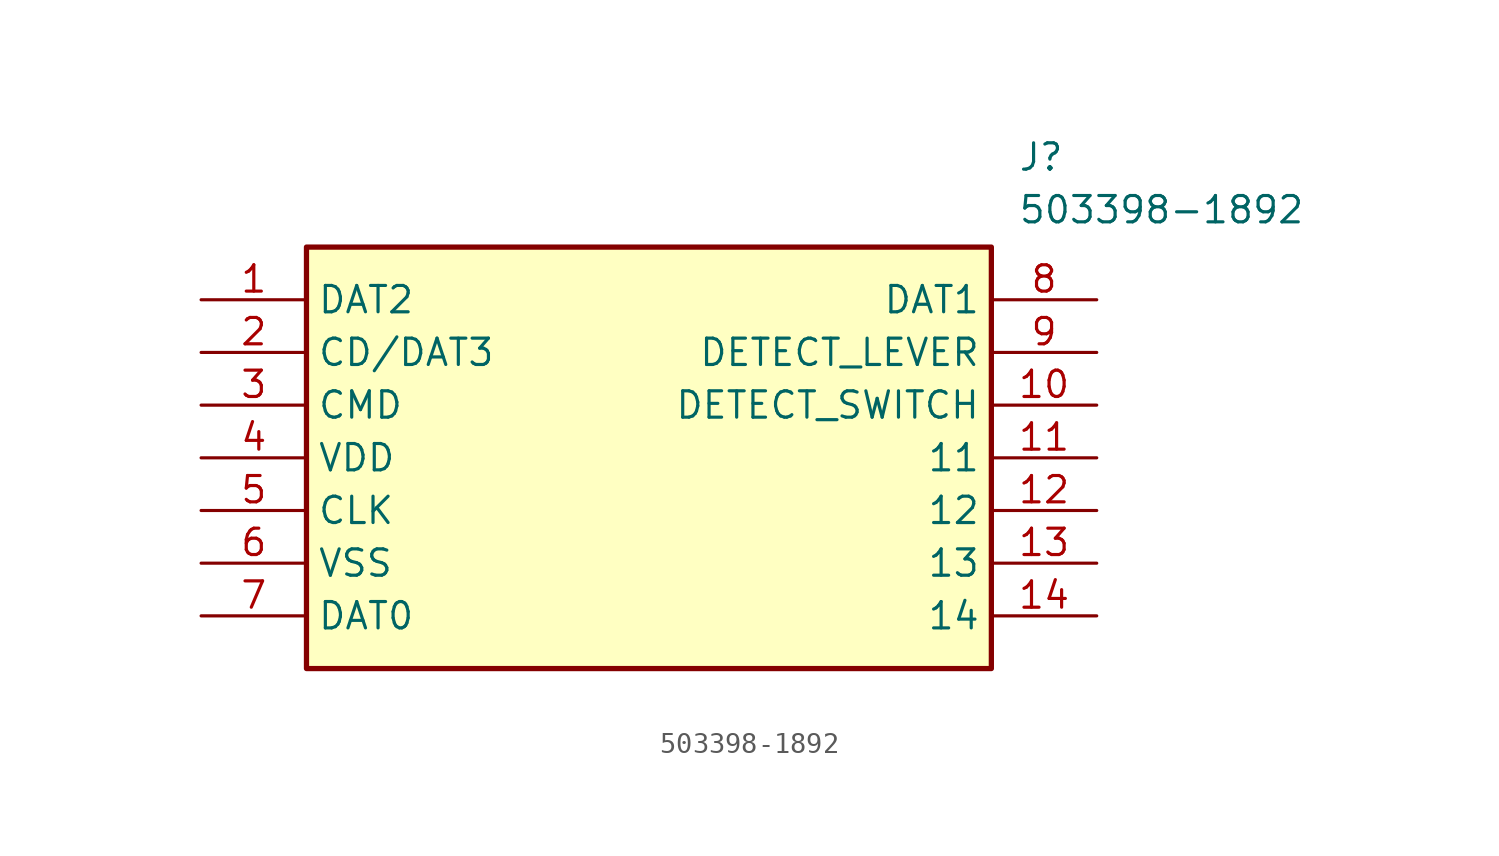
<source format=kicad_sym>
(kicad_symbol_lib
  (version 20211014)
  (generator SamacSys_ECAD_Model)
  (symbol "503398-1892"
    (property "Reference" "J"
      (at 39.37 7.62 0)
      (effects (font (size 1.27 1.27)) (justify left top)))
    (property "Value" "503398-1892"
      (at 39.37 5.08 0)
      (effects (font (size 1.27 1.27)) (justify left top)))
    (rectangle
      (start 5.08 2.54)
      (end 38.1 -17.78)
      (stroke (width 0.254) (type default))
      (fill (type background)))
    (pin passive line
      (at 0 0 0)
      (length 5.08)
      (name "DAT2" (effects (font (size 1.27 1.27))))
      (number "1" (effects (font (size 1.27 1.27)))))
    (pin passive line
      (at 0 -2.54 0)
      (length 5.08)
      (name "CD/DAT3" (effects (font (size 1.27 1.27))))
      (number "2" (effects (font (size 1.27 1.27)))))
    (pin passive line
      (at 0 -5.08 0)
      (length 5.08)
      (name "CMD" (effects (font (size 1.27 1.27))))
      (number "3" (effects (font (size 1.27 1.27)))))
    (pin passive line
      (at 0 -7.62 0)
      (length 5.08)
      (name "VDD" (effects (font (size 1.27 1.27))))
      (number "4" (effects (font (size 1.27 1.27)))))
    (pin passive line
      (at 0 -10.16 0)
      (length 5.08)
      (name "CLK" (effects (font (size 1.27 1.27))))
      (number "5" (effects (font (size 1.27 1.27)))))
    (pin passive line
      (at 0 -12.7 0)
      (length 5.08)
      (name "VSS" (effects (font (size 1.27 1.27))))
      (number "6" (effects (font (size 1.27 1.27)))))
    (pin passive line
      (at 0 -15.24 0)
      (length 5.08)
      (name "DAT0" (effects (font (size 1.27 1.27))))
      (number "7" (effects (font (size 1.27 1.27)))))
    (pin passive line
      (at 43.18 0 180)
      (length 5.08)
      (name "DAT1" (effects (font (size 1.27 1.27))))
      (number "8" (effects (font (size 1.27 1.27)))))
    (pin passive line
      (at 43.18 -2.54 180)
      (length 5.08)
      (name "DETECT_LEVER" (effects (font (size 1.27 1.27))))
      (number "9" (effects (font (size 1.27 1.27)))))
    (pin passive line
      (at 43.18 -5.08 180)
      (length 5.08)
      (name "DETECT_SWITCH" (effects (font (size 1.27 1.27))))
      (number "10" (effects (font (size 1.27 1.27)))))
    (pin passive line
      (at 43.18 -7.62 180)
      (length 5.08)
      (name "11" (effects (font (size 1.27 1.27))))
      (number "11" (effects (font (size 1.27 1.27)))))
    (pin passive line
      (at 43.18 -10.16 180)
      (length 5.08)
      (name "12" (effects (font (size 1.27 1.27))))
      (number "12" (effects (font (size 1.27 1.27)))))
    (pin passive line
      (at 43.18 -12.7 180)
      (length 5.08)
      (name "13" (effects (font (size 1.27 1.27))))
      (number "13" (effects (font (size 1.27 1.27)))))
    (pin passive line
      (at 43.18 -15.24 180)
      (length 5.08)
      (name "14" (effects (font (size 1.27 1.27))))
      (number "14" (effects (font (size 1.27 1.27)))))))
</source>
